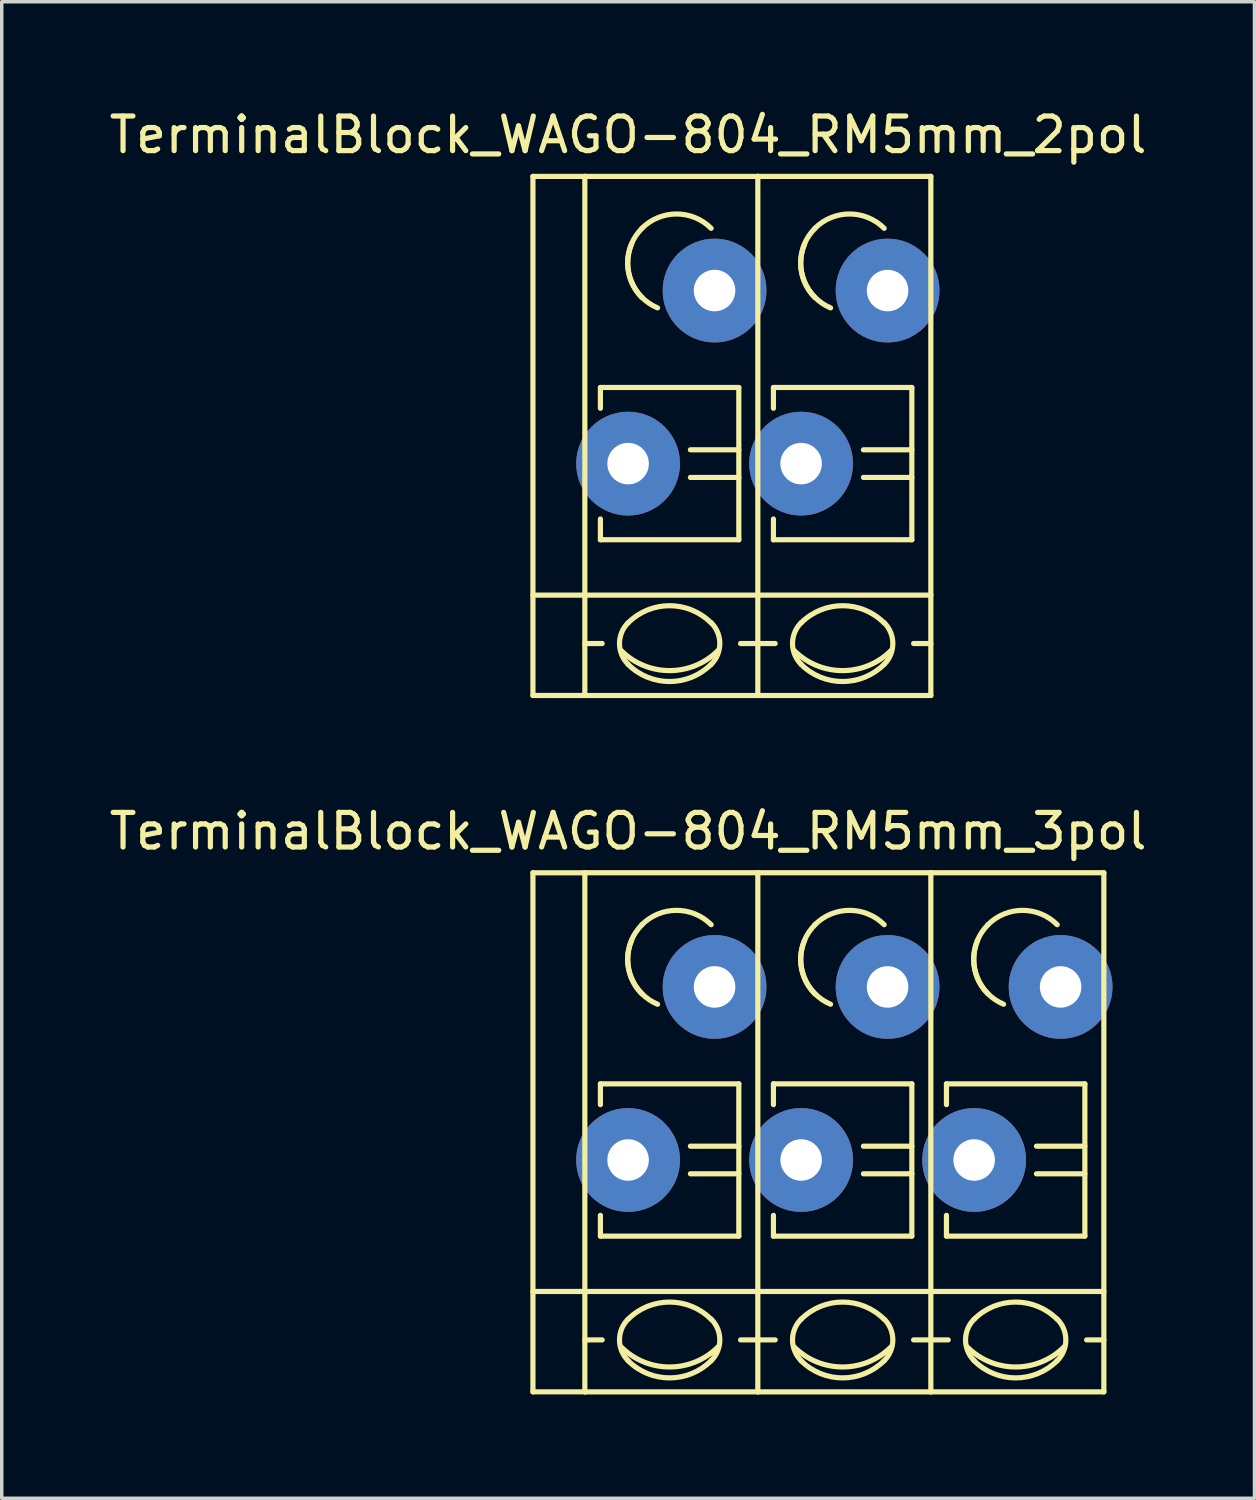
<source format=kicad_pcb>
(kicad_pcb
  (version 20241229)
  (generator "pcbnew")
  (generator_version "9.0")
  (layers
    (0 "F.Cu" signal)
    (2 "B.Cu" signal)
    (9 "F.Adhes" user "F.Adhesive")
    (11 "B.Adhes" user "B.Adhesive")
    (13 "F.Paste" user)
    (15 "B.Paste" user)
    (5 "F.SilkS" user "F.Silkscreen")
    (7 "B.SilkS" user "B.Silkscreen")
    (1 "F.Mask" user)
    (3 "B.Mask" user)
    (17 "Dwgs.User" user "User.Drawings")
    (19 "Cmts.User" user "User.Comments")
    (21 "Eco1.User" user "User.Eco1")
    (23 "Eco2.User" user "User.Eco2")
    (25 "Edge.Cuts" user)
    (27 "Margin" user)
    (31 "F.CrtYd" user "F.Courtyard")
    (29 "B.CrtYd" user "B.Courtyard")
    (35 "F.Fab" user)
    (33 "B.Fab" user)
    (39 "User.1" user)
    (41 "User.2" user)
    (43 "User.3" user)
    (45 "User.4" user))
  (footprint "TerminalBlock_WAGO-804_RM5mm_3pol"
    (layer "F.Cu")
    (at 15.101 30.472)
    (property "Reference" "TerminalBlock_WAGO-804_RM5mm_3pol" (at 0 -9.5 0) (layer "F.SilkS") (effects (font (size 1 1) (thickness 0.15))))
    (attr through_hole)
    (fp_line (start -2.75 -8.3) (end -1.25 -8.3) (stroke (width 0.15) (type solid)) (layer "F.SilkS"))
    (fp_line (start -2.75 6.7) (end -2.75 -8.3) (stroke (width 0.15) (type solid)) (layer "F.SilkS"))
    (fp_line (start -1.25 6.7) (end -2.75 6.7) (stroke (width 0.15) (type solid)) (layer "F.SilkS"))
    (fp_line (start -1.25 5.199) (end -0.749 5.199) (stroke (width 0.15) (type solid)) (layer "F.SilkS"))
    (fp_line (start -1.25 6.701) (end -1.25 -8.301) (stroke (width 0.15) (type solid)) (layer "F.SilkS"))
    (fp_line (start -0.8 -2.2) (end -0.8 -1.6) (stroke (width 0.15) (type solid)) (layer "F.SilkS"))
    (fp_line (start -0.8 -2.2) (end 3.2 -2.2) (stroke (width 0.15) (type solid)) (layer "F.SilkS"))
    (fp_line (start -0.8 2.2) (end -0.8 1.6) (stroke (width 0.15) (type solid)) (layer "F.SilkS"))
    (fp_line (start 3.2 -2.2) (end 3.2 2.2) (stroke (width 0.15) (type solid)) (layer "F.SilkS"))
    (fp_line (start 3.2 -0.399) (end 1.801 -0.399) (stroke (width 0.15) (type solid)) (layer "F.SilkS"))
    (fp_line (start 3.2 0.399) (end 1.801 0.399) (stroke (width 0.15) (type solid)) (layer "F.SilkS"))
    (fp_line (start 3.2 2.2) (end -0.8 2.2) (stroke (width 0.15) (type solid)) (layer "F.SilkS"))
    (fp_line (start 3.749 -8.301) (end -1.25 -8.301) (stroke (width 0.15) (type solid)) (layer "F.SilkS"))
    (fp_line (start 3.749 -8.301) (end 3.749 6.701) (stroke (width 0.15) (type solid)) (layer "F.SilkS"))
    (fp_line (start 3.749 5.199) (end 3.251 5.199) (stroke (width 0.15) (type solid)) (layer "F.SilkS"))
    (fp_line (start 3.749 6.701) (end -1.25 6.701) (stroke (width 0.15) (type solid)) (layer "F.SilkS"))
    (fp_line (start 3.75 3.8) (end -2.75 3.8) (stroke (width 0.15) (type solid)) (layer "F.SilkS"))
    (fp_line (start 3.75 3.8) (end 8.75 3.8) (stroke (width 0.15) (type solid)) (layer "F.SilkS"))
    (fp_line (start 3.75 5.199) (end 4.251 5.199) (stroke (width 0.15) (type solid)) (layer "F.SilkS"))
    (fp_line (start 4.2 -2.2) (end 4.2 -1.6) (stroke (width 0.15) (type solid)) (layer "F.SilkS"))
    (fp_line (start 4.2 -2.2) (end 8.2 -2.2) (stroke (width 0.15) (type solid)) (layer "F.SilkS"))
    (fp_line (start 4.2 2.2) (end 4.2 1.6) (stroke (width 0.15) (type solid)) (layer "F.SilkS"))
    (fp_line (start 8.2 -2.2) (end 8.2 2.2) (stroke (width 0.15) (type solid)) (layer "F.SilkS"))
    (fp_line (start 8.2 -0.399) (end 6.801 -0.399) (stroke (width 0.15) (type solid)) (layer "F.SilkS"))
    (fp_line (start 8.2 0.399) (end 6.801 0.399) (stroke (width 0.15) (type solid)) (layer "F.SilkS"))
    (fp_line (start 8.2 2.2) (end 4.2 2.2) (stroke (width 0.15) (type solid)) (layer "F.SilkS"))
    (fp_line (start 8.749 -8.301) (end 3.75 -8.301) (stroke (width 0.15) (type solid)) (layer "F.SilkS"))
    (fp_line (start 8.749 -8.301) (end 8.749 6.701) (stroke (width 0.15) (type solid)) (layer "F.SilkS"))
    (fp_line (start 8.749 5.199) (end 8.251 5.199) (stroke (width 0.15) (type solid)) (layer "F.SilkS"))
    (fp_line (start 8.749 6.701) (end 3.75 6.701) (stroke (width 0.15) (type solid)) (layer "F.SilkS"))
    (fp_line (start 8.75 3.8) (end 13.75 3.8) (stroke (width 0.15) (type solid)) (layer "F.SilkS"))
    (fp_line (start 8.75 5.199) (end 9.251 5.199) (stroke (width 0.15) (type solid)) (layer "F.SilkS"))
    (fp_line (start 9.2 -2.2) (end 9.2 -1.6) (stroke (width 0.15) (type solid)) (layer "F.SilkS"))
    (fp_line (start 9.2 -2.2) (end 13.2 -2.2) (stroke (width 0.15) (type solid)) (layer "F.SilkS"))
    (fp_line (start 9.2 2.2) (end 9.2 1.6) (stroke (width 0.15) (type solid)) (layer "F.SilkS"))
    (fp_line (start 13.2 -2.2) (end 13.2 2.2) (stroke (width 0.15) (type solid)) (layer "F.SilkS"))
    (fp_line (start 13.2 -0.399) (end 11.801 -0.399) (stroke (width 0.15) (type solid)) (layer "F.SilkS"))
    (fp_line (start 13.2 0.399) (end 11.801 0.399) (stroke (width 0.15) (type solid)) (layer "F.SilkS"))
    (fp_line (start 13.2 2.2) (end 9.2 2.2) (stroke (width 0.15) (type solid)) (layer "F.SilkS"))
    (fp_line (start 13.749 -8.301) (end 8.75 -8.301) (stroke (width 0.15) (type solid)) (layer "F.SilkS"))
    (fp_line (start 13.749 -8.301) (end 13.749 6.701) (stroke (width 0.15) (type solid)) (layer "F.SilkS"))
    (fp_line (start 13.749 5.199) (end 13.251 5.199) (stroke (width 0.15) (type solid)) (layer "F.SilkS"))
    (fp_line (start 13.749 6.701) (end 8.75 6.701) (stroke (width 0.15) (type solid)) (layer "F.SilkS"))
    (fp_arc (start 0 4.60248) (mid 1.19888 4.105888) (end 2.39776 4.60248) (stroke (width 0.15) (type solid)) (layer "F.SilkS"))
    (fp_arc (start 0 5.79882) (mid -0.248296 5.19938) (end 0 4.59994) (stroke (width 0.15) (type solid)) (layer "F.SilkS"))
    (fp_arc (start 0.39878 -6.79958) (mid 1.39954 -7.214108) (end 2.4003 -6.79958) (stroke (width 0.15) (type solid)) (layer "F.SilkS"))
    (fp_arc (start 0.39878 -4.8006) (mid -0.013952 -5.800616) (end 0.40132 -6.79958) (stroke (width 0.15) (type solid)) (layer "F.SilkS"))
    (fp_arc (start 0.8509 -4.50088) (mid 0.093811 -5.268985) (end 0.1016 -6.34746) (stroke (width 0.15) (type solid)) (layer "F.SilkS"))
    (fp_arc (start 2.4003 5.79882) (mid 1.200676 6.297208) (end 0 5.80136) (stroke (width 0.15) (type solid)) (layer "F.SilkS"))
    (fp_arc (start 2.40284 4.59994) (mid 2.650392 5.201176) (end 2.4003 5.80136) (stroke (width 0.15) (type solid)) (layer "F.SilkS"))
    (fp_arc (start 2.60096 5.40004) (mid 1.200676 5.981545) (end -0.20066 5.40258) (stroke (width 0.15) (type solid)) (layer "F.SilkS"))
    (fp_arc (start 5 4.60248) (mid 6.19888 4.105888) (end 7.39776 4.60248) (stroke (width 0.15) (type solid)) (layer "F.SilkS"))
    (fp_arc (start 5 5.79882) (mid 4.751704 5.19938) (end 5 4.59994) (stroke (width 0.15) (type solid)) (layer "F.SilkS"))
    (fp_arc (start 5.39878 -6.79958) (mid 6.39954 -7.214108) (end 7.4003 -6.79958) (stroke (width 0.15) (type solid)) (layer "F.SilkS"))
    (fp_arc (start 5.39878 -4.8006) (mid 4.986048 -5.800616) (end 5.40132 -6.79958) (stroke (width 0.15) (type solid)) (layer "F.SilkS"))
    (fp_arc (start 5.8509 -4.50088) (mid 5.093811 -5.268985) (end 5.1016 -6.34746) (stroke (width 0.15) (type solid)) (layer "F.SilkS"))
    (fp_arc (start 7.4003 5.79882) (mid 6.200676 6.297208) (end 5 5.80136) (stroke (width 0.15) (type solid)) (layer "F.SilkS"))
    (fp_arc (start 7.40284 4.59994) (mid 7.650392 5.201176) (end 7.4003 5.80136) (stroke (width 0.15) (type solid)) (layer "F.SilkS"))
    (fp_arc (start 7.60096 5.40004) (mid 6.200676 5.981545) (end 4.79934 5.40258) (stroke (width 0.15) (type solid)) (layer "F.SilkS"))
    (fp_arc (start 10 4.60248) (mid 11.19888 4.105888) (end 12.39776 4.60248) (stroke (width 0.15) (type solid)) (layer "F.SilkS"))
    (fp_arc (start 10 5.79882) (mid 9.751704 5.19938) (end 10 4.59994) (stroke (width 0.15) (type solid)) (layer "F.SilkS"))
    (fp_arc (start 10.39878 -6.79958) (mid 11.39954 -7.214108) (end 12.4003 -6.79958) (stroke (width 0.15) (type solid)) (layer "F.SilkS"))
    (fp_arc (start 10.39878 -4.8006) (mid 9.986048 -5.800616) (end 10.40132 -6.79958) (stroke (width 0.15) (type solid)) (layer "F.SilkS"))
    (fp_arc (start 10.8509 -4.50088) (mid 10.093811 -5.268985) (end 10.1016 -6.34746) (stroke (width 0.15) (type solid)) (layer "F.SilkS"))
    (fp_arc (start 12.4003 5.79882) (mid 11.200676 6.297208) (end 10 5.80136) (stroke (width 0.15) (type solid)) (layer "F.SilkS"))
    (fp_arc (start 12.40284 4.59994) (mid 12.650392 5.201176) (end 12.4003 5.80136) (stroke (width 0.15) (type solid)) (layer "F.SilkS"))
    (fp_arc (start 12.60096 5.40004) (mid 11.200676 5.981545) (end 9.79934 5.40258) (stroke (width 0.15) (type solid)) (layer "F.SilkS"))
    (pad "1" thru_hole circle (at 0 0) (size 3 3) (drill 1.2) (layers "*.Cu" "*.Mask"))
    (pad "1" thru_hole circle (at 2.499 -5.001) (size 3 3) (drill 1.2) (layers "*.Cu" "*.Mask"))
    (pad "2" thru_hole circle (at 5 0) (size 3 3) (drill 1.2) (layers "*.Cu" "*.Mask"))
    (pad "2" thru_hole circle (at 7.499 -5.001) (size 3 3) (drill 1.2) (layers "*.Cu" "*.Mask"))
    (pad "3" thru_hole circle (at 10 0) (size 3 3) (drill 1.2) (layers "*.Cu" "*.Mask"))
    (pad "3" thru_hole circle (at 12.499 -5.001) (size 3 3) (drill 1.2) (layers "*.Cu" "*.Mask")))
  (footprint "TerminalBlock_WAGO-804_RM5mm_2pol"
    (layer "F.Cu")
    (at 15.101 10.348)
    (property "Reference" "TerminalBlock_WAGO-804_RM5mm_2pol" (at 0 -9.5 0) (layer "F.SilkS") (effects (font (size 1 1) (thickness 0.15))))
    (attr through_hole)
    (fp_line (start -2.75 -8.3) (end -1.25 -8.3) (stroke (width 0.15) (type solid)) (layer "F.SilkS"))
    (fp_line (start -2.75 6.7) (end -2.75 -8.3) (stroke (width 0.15) (type solid)) (layer "F.SilkS"))
    (fp_line (start -1.25 6.7) (end -2.75 6.7) (stroke (width 0.15) (type solid)) (layer "F.SilkS"))
    (fp_line (start -1.25 5.199) (end -0.749 5.199) (stroke (width 0.15) (type solid)) (layer "F.SilkS"))
    (fp_line (start -1.25 6.701) (end -1.25 -8.301) (stroke (width 0.15) (type solid)) (layer "F.SilkS"))
    (fp_line (start -0.8 -2.2) (end -0.8 -1.6) (stroke (width 0.15) (type solid)) (layer "F.SilkS"))
    (fp_line (start -0.8 -2.2) (end 3.2 -2.2) (stroke (width 0.15) (type solid)) (layer "F.SilkS"))
    (fp_line (start -0.8 2.2) (end -0.8 1.6) (stroke (width 0.15) (type solid)) (layer "F.SilkS"))
    (fp_line (start 3.2 -2.2) (end 3.2 2.2) (stroke (width 0.15) (type solid)) (layer "F.SilkS"))
    (fp_line (start 3.2 -0.399) (end 1.801 -0.399) (stroke (width 0.15) (type solid)) (layer "F.SilkS"))
    (fp_line (start 3.2 0.399) (end 1.801 0.399) (stroke (width 0.15) (type solid)) (layer "F.SilkS"))
    (fp_line (start 3.2 2.2) (end -0.8 2.2) (stroke (width 0.15) (type solid)) (layer "F.SilkS"))
    (fp_line (start 3.749 -8.301) (end -1.25 -8.301) (stroke (width 0.15) (type solid)) (layer "F.SilkS"))
    (fp_line (start 3.749 -8.301) (end 3.749 6.701) (stroke (width 0.15) (type solid)) (layer "F.SilkS"))
    (fp_line (start 3.749 5.199) (end 3.251 5.199) (stroke (width 0.15) (type solid)) (layer "F.SilkS"))
    (fp_line (start 3.749 6.701) (end -1.25 6.701) (stroke (width 0.15) (type solid)) (layer "F.SilkS"))
    (fp_line (start 3.75 3.8) (end -2.75 3.8) (stroke (width 0.15) (type solid)) (layer "F.SilkS"))
    (fp_line (start 3.75 3.8) (end 8.75 3.8) (stroke (width 0.15) (type solid)) (layer "F.SilkS"))
    (fp_line (start 3.75 5.199) (end 4.251 5.199) (stroke (width 0.15) (type solid)) (layer "F.SilkS"))
    (fp_line (start 4.2 -2.2) (end 4.2 -1.6) (stroke (width 0.15) (type solid)) (layer "F.SilkS"))
    (fp_line (start 4.2 -2.2) (end 8.2 -2.2) (stroke (width 0.15) (type solid)) (layer "F.SilkS"))
    (fp_line (start 4.2 2.2) (end 4.2 1.6) (stroke (width 0.15) (type solid)) (layer "F.SilkS"))
    (fp_line (start 8.2 -2.2) (end 8.2 2.2) (stroke (width 0.15) (type solid)) (layer "F.SilkS"))
    (fp_line (start 8.2 -0.399) (end 6.801 -0.399) (stroke (width 0.15) (type solid)) (layer "F.SilkS"))
    (fp_line (start 8.2 0.399) (end 6.801 0.399) (stroke (width 0.15) (type solid)) (layer "F.SilkS"))
    (fp_line (start 8.2 2.2) (end 4.2 2.2) (stroke (width 0.15) (type solid)) (layer "F.SilkS"))
    (fp_line (start 8.749 -8.301) (end 3.75 -8.301) (stroke (width 0.15) (type solid)) (layer "F.SilkS"))
    (fp_line (start 8.749 -8.301) (end 8.749 6.701) (stroke (width 0.15) (type solid)) (layer "F.SilkS"))
    (fp_line (start 8.749 5.199) (end 8.251 5.199) (stroke (width 0.15) (type solid)) (layer "F.SilkS"))
    (fp_line (start 8.749 6.701) (end 3.75 6.701) (stroke (width 0.15) (type solid)) (layer "F.SilkS"))
    (fp_arc (start 0 4.60248) (mid 1.19888 4.105888) (end 2.39776 4.60248) (stroke (width 0.15) (type solid)) (layer "F.SilkS"))
    (fp_arc (start 0 5.79882) (mid -0.248296 5.19938) (end 0 4.59994) (stroke (width 0.15) (type solid)) (layer "F.SilkS"))
    (fp_arc (start 0.39878 -6.79958) (mid 1.39954 -7.214108) (end 2.4003 -6.79958) (stroke (width 0.15) (type solid)) (layer "F.SilkS"))
    (fp_arc (start 0.39878 -4.8006) (mid -0.013952 -5.800616) (end 0.40132 -6.79958) (stroke (width 0.15) (type solid)) (layer "F.SilkS"))
    (fp_arc (start 0.8509 -4.50088) (mid 0.093811 -5.268985) (end 0.1016 -6.34746) (stroke (width 0.15) (type solid)) (layer "F.SilkS"))
    (fp_arc (start 2.4003 5.79882) (mid 1.200676 6.297208) (end 0 5.80136) (stroke (width 0.15) (type solid)) (layer "F.SilkS"))
    (fp_arc (start 2.40284 4.59994) (mid 2.650392 5.201176) (end 2.4003 5.80136) (stroke (width 0.15) (type solid)) (layer "F.SilkS"))
    (fp_arc (start 2.60096 5.40004) (mid 1.200676 5.981545) (end -0.20066 5.40258) (stroke (width 0.15) (type solid)) (layer "F.SilkS"))
    (fp_arc (start 5 4.60248) (mid 6.19888 4.105888) (end 7.39776 4.60248) (stroke (width 0.15) (type solid)) (layer "F.SilkS"))
    (fp_arc (start 5 5.79882) (mid 4.751704 5.19938) (end 5 4.59994) (stroke (width 0.15) (type solid)) (layer "F.SilkS"))
    (fp_arc (start 5.39878 -6.79958) (mid 6.39954 -7.214108) (end 7.4003 -6.79958) (stroke (width 0.15) (type solid)) (layer "F.SilkS"))
    (fp_arc (start 5.39878 -4.8006) (mid 4.986048 -5.800616) (end 5.40132 -6.79958) (stroke (width 0.15) (type solid)) (layer "F.SilkS"))
    (fp_arc (start 5.8509 -4.50088) (mid 5.093811 -5.268985) (end 5.1016 -6.34746) (stroke (width 0.15) (type solid)) (layer "F.SilkS"))
    (fp_arc (start 7.4003 5.79882) (mid 6.200676 6.297208) (end 5 5.80136) (stroke (width 0.15) (type solid)) (layer "F.SilkS"))
    (fp_arc (start 7.40284 4.59994) (mid 7.650392 5.201176) (end 7.4003 5.80136) (stroke (width 0.15) (type solid)) (layer "F.SilkS"))
    (fp_arc (start 7.60096 5.40004) (mid 6.200676 5.981545) (end 4.79934 5.40258) (stroke (width 0.15) (type solid)) (layer "F.SilkS"))
    (pad "1" thru_hole circle (at 0 0) (size 3 3) (drill 1.2) (layers "*.Cu" "*.Mask"))
    (pad "1" thru_hole circle (at 2.499 -5.001) (size 3 3) (drill 1.2) (layers "*.Cu" "*.Mask"))
    (pad "2" thru_hole circle (at 5 0) (size 3 3) (drill 1.2) (layers "*.Cu" "*.Mask"))
    (pad "2" thru_hole circle (at 7.499 -5.001) (size 3 3) (drill 1.2) (layers "*.Cu" "*.Mask")))
  (gr_rect
    (start -3 -3)
    (end 33.202 40.248)
    (stroke (width 0.1) (type default))
    (fill no)
    (layer "Edge.Cuts")))
</source>
